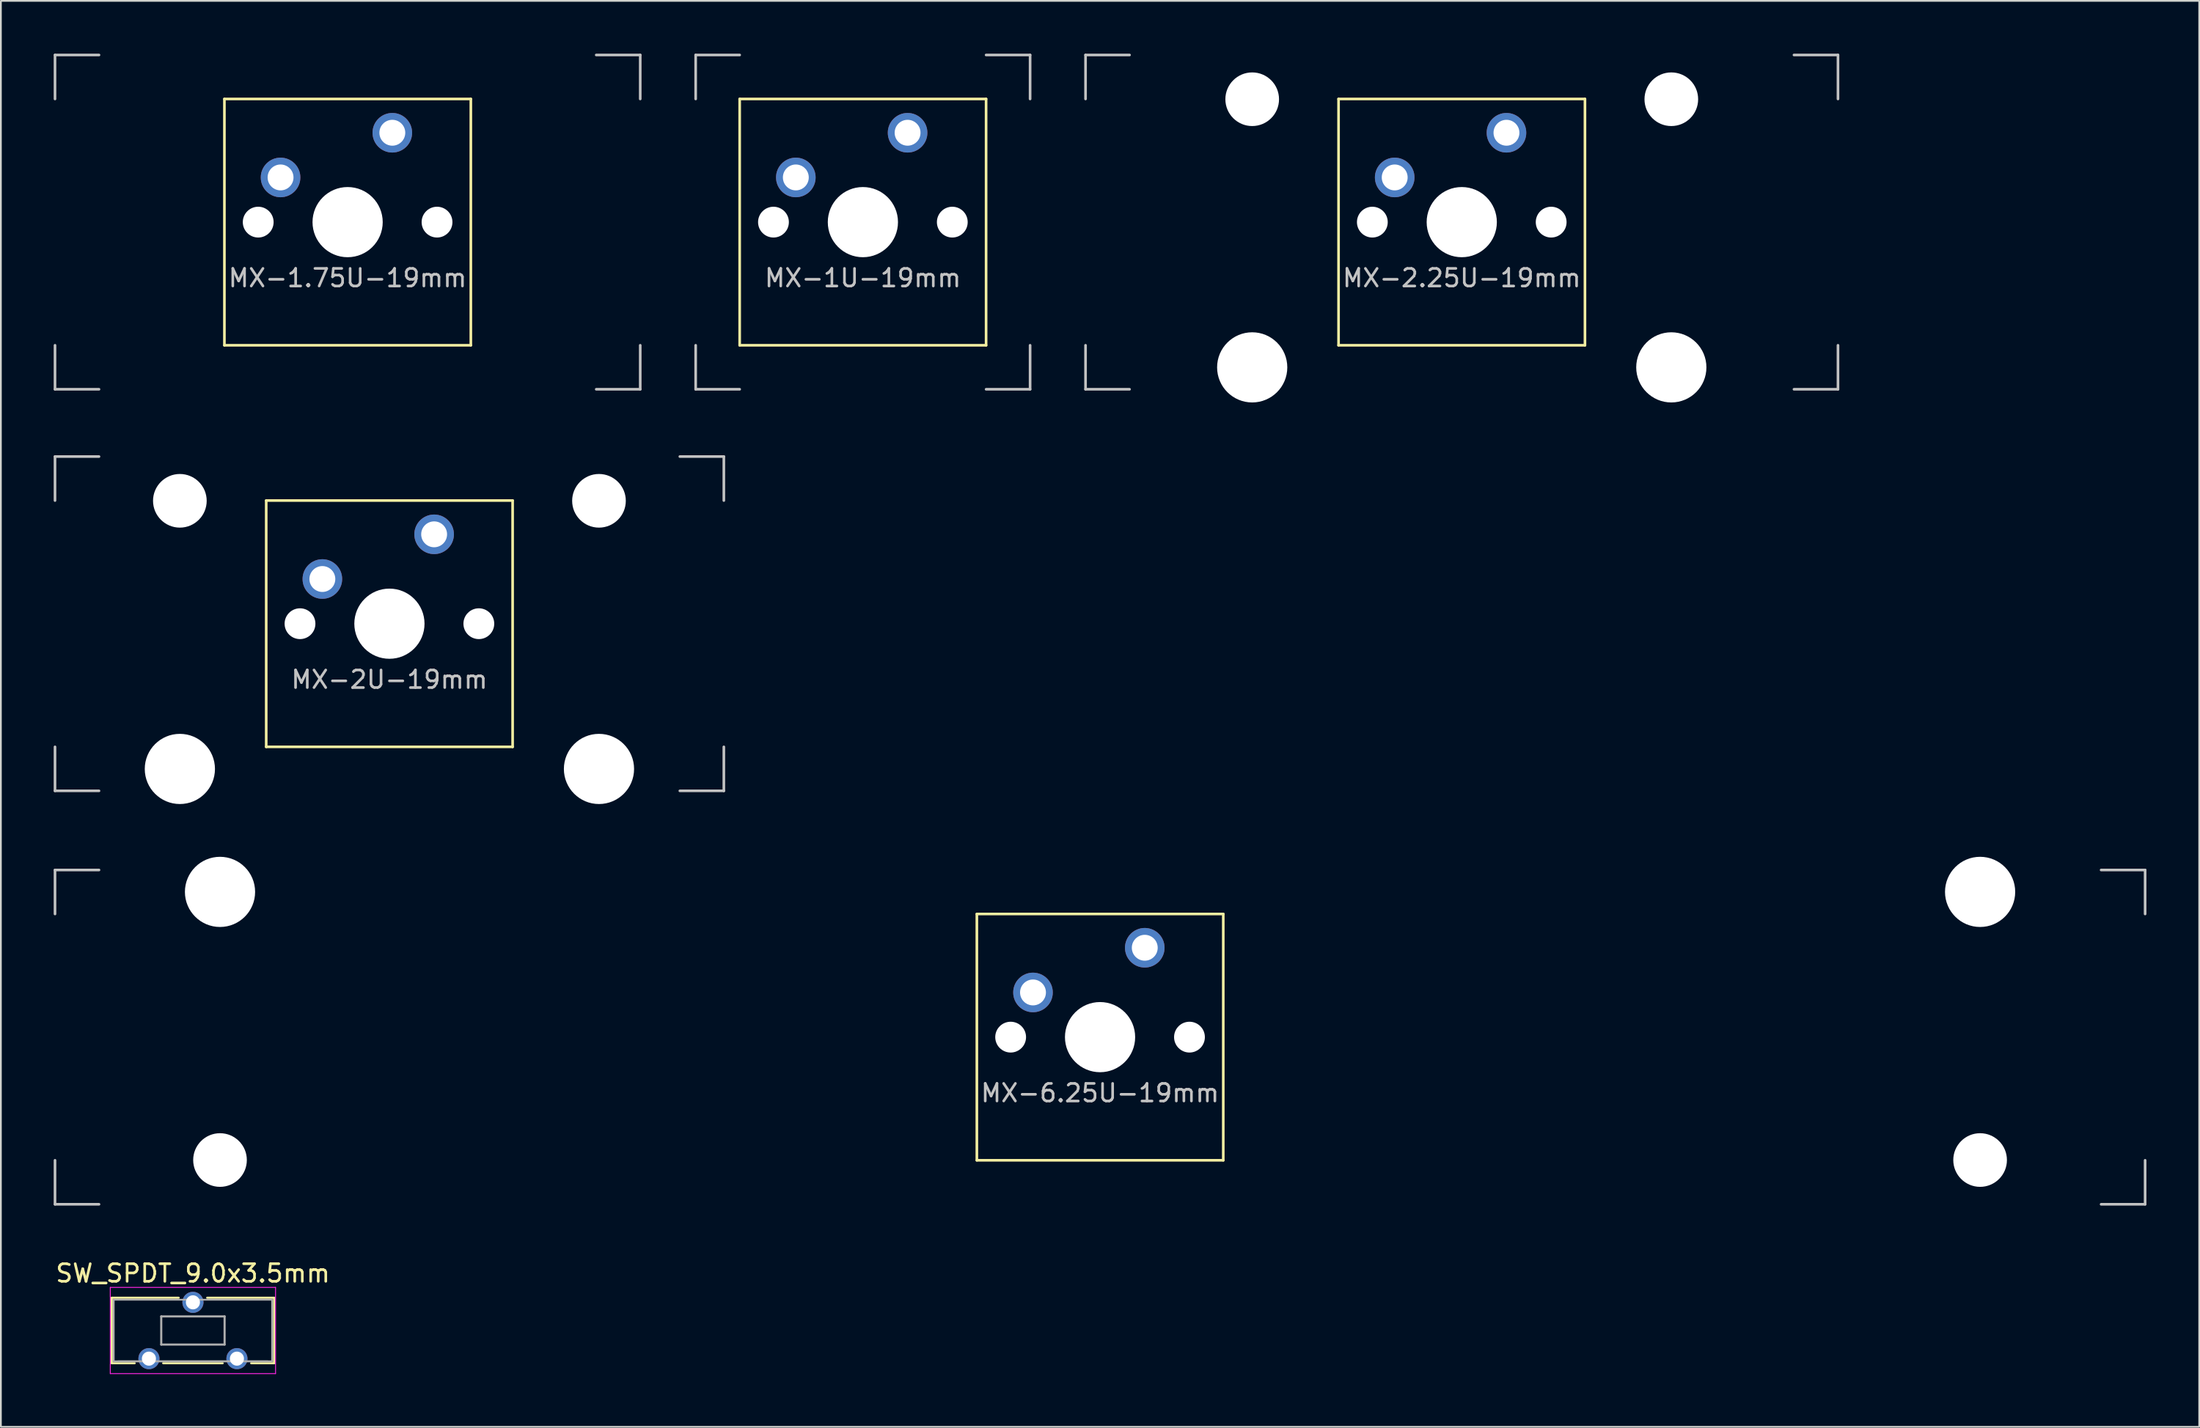
<source format=kicad_pcb>
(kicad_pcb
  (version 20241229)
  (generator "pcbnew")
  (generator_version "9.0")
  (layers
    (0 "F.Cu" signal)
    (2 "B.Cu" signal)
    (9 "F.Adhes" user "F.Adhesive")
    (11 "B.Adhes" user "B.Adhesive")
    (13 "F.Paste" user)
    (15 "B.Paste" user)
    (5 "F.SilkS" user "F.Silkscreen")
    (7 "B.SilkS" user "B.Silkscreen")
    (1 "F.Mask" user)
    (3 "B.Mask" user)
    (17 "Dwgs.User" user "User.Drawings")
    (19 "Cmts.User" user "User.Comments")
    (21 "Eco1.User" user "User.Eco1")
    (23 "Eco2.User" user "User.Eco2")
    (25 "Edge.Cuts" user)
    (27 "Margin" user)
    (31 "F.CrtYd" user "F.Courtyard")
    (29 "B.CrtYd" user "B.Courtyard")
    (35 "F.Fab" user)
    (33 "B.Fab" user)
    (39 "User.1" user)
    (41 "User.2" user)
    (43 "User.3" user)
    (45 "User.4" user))
  (footprint "MX-1.75U-19mm"
    (layer "F.Cu")
    (at 16.7 9.575)
    (property "Reference" "MX-1.75U-19mm" (at 0 3.175 0) (layer "Dwgs.User") (effects (font (size 1 1) (thickness 0.15))))
    (attr through_hole)
    (fp_line (start -7 -7) (end -7 7) (stroke (width 0.15) (type solid)) (layer "F.SilkS"))
    (fp_line (start -7 -7) (end 7 -7) (stroke (width 0.15) (type solid)) (layer "F.SilkS"))
    (fp_line (start -7 7) (end 7 7) (stroke (width 0.15) (type solid)) (layer "F.SilkS"))
    (fp_line (start 7 -7) (end 7 7) (stroke (width 0.15) (type solid)) (layer "F.SilkS"))
    (fp_line (start -16.625 -7) (end -16.625 -9.5) (stroke (width 0.15) (type solid)) (layer "Dwgs.User"))
    (fp_line (start -16.625 9.5) (end -16.625 7) (stroke (width 0.15) (type solid)) (layer "Dwgs.User"))
    (fp_line (start -14.125 -9.5) (end -16.625 -9.5) (stroke (width 0.15) (type solid)) (layer "Dwgs.User"))
    (fp_line (start -14.125 9.5) (end -16.625 9.5) (stroke (width 0.15) (type solid)) (layer "Dwgs.User"))
    (fp_line (start 16.625 -9.5) (end 14.125 -9.5) (stroke (width 0.15) (type solid)) (layer "Dwgs.User"))
    (fp_line (start 16.625 -9.5) (end 16.625 -7) (stroke (width 0.15) (type solid)) (layer "Dwgs.User"))
    (fp_line (start 16.625 9.5) (end 14.125 9.5) (stroke (width 0.15) (type solid)) (layer "Dwgs.User"))
    (fp_line (start 16.625 9.5) (end 16.625 7) (stroke (width 0.15) (type solid)) (layer "Dwgs.User"))
    (pad "" np_thru_hole circle (at -5.08 0 48.1) (size 1.75 1.75) (drill 1.75) (layers "*.Cu" "*.Mask"))
    (pad "" np_thru_hole circle (at 0 0) (size 3.988 3.988) (drill 3.988) (layers "*.Cu" "*.Mask"))
    (pad "" np_thru_hole circle (at 5.08 0 48.1) (size 1.75 1.75) (drill 1.75) (layers "*.Cu" "*.Mask"))
    (pad "1" thru_hole circle (at -3.81 -2.54) (size 2.25 2.25) (drill 1.47) (layers "*.Cu" "B.Mask"))
    (pad "2" thru_hole circle (at 2.54 -5.08) (size 2.25 2.25) (drill 1.47) (layers "*.Cu" "B.Mask")))
  (footprint "MX-1U-19mm"
    (layer "F.Cu")
    (at 45.975 9.575)
    (property "Reference" "MX-1U-19mm" (at 0 3.175 0) (layer "Dwgs.User") (effects (font (size 1 1) (thickness 0.15))))
    (attr through_hole)
    (fp_line (start -7 -7) (end -7 7) (stroke (width 0.15) (type solid)) (layer "F.SilkS"))
    (fp_line (start -7 -7) (end 7 -7) (stroke (width 0.15) (type solid)) (layer "F.SilkS"))
    (fp_line (start -7 7) (end 7 7) (stroke (width 0.15) (type solid)) (layer "F.SilkS"))
    (fp_line (start 7 -7) (end 7 7) (stroke (width 0.15) (type solid)) (layer "F.SilkS"))
    (fp_line (start -9.5 -7) (end -9.5 -9.5) (stroke (width 0.15) (type solid)) (layer "Dwgs.User"))
    (fp_line (start -9.5 9.5) (end -9.5 7) (stroke (width 0.15) (type solid)) (layer "Dwgs.User"))
    (fp_line (start -7 -9.5) (end -9.5 -9.5) (stroke (width 0.15) (type solid)) (layer "Dwgs.User"))
    (fp_line (start -7 9.5) (end -9.5 9.5) (stroke (width 0.15) (type solid)) (layer "Dwgs.User"))
    (fp_line (start 9.5 -9.5) (end 7 -9.5) (stroke (width 0.15) (type solid)) (layer "Dwgs.User"))
    (fp_line (start 9.5 -9.5) (end 9.5 -7) (stroke (width 0.15) (type solid)) (layer "Dwgs.User"))
    (fp_line (start 9.5 9.5) (end 7 9.5) (stroke (width 0.15) (type solid)) (layer "Dwgs.User"))
    (fp_line (start 9.5 9.5) (end 9.5 7) (stroke (width 0.15) (type solid)) (layer "Dwgs.User"))
    (pad "" np_thru_hole circle (at -5.08 0 48.1) (size 1.75 1.75) (drill 1.75) (layers "*.Cu" "*.Mask"))
    (pad "" np_thru_hole circle (at 0 0) (size 3.988 3.988) (drill 3.988) (layers "*.Cu" "*.Mask"))
    (pad "" np_thru_hole circle (at 5.08 0 48.1) (size 1.75 1.75) (drill 1.75) (layers "*.Cu" "*.Mask"))
    (pad "1" thru_hole circle (at -3.81 -2.54) (size 2.25 2.25) (drill 1.47) (layers "*.Cu" "B.Mask"))
    (pad "2" thru_hole circle (at 2.54 -5.08) (size 2.25 2.25) (drill 1.47) (layers "*.Cu" "B.Mask")))
  (footprint "MX-2U-19mm"
    (layer "F.Cu")
    (at 19.075 32.399)
    (property "Reference" "MX-2U-19mm" (at 0 3.175 0) (layer "Dwgs.User") (effects (font (size 1 1) (thickness 0.15))))
    (attr through_hole)
    (fp_line (start -7 -7) (end -7 7) (stroke (width 0.15) (type solid)) (layer "F.SilkS"))
    (fp_line (start -7 -7) (end 7 -7) (stroke (width 0.15) (type solid)) (layer "F.SilkS"))
    (fp_line (start -7 7) (end 7 7) (stroke (width 0.15) (type solid)) (layer "F.SilkS"))
    (fp_line (start 7 -7) (end 7 7) (stroke (width 0.15) (type solid)) (layer "F.SilkS"))
    (fp_line (start -19 -7) (end -19 -9.5) (stroke (width 0.15) (type solid)) (layer "Dwgs.User"))
    (fp_line (start -19 9.5) (end -19 7) (stroke (width 0.15) (type solid)) (layer "Dwgs.User"))
    (fp_line (start -16.5 -9.5) (end -19 -9.5) (stroke (width 0.15) (type solid)) (layer "Dwgs.User"))
    (fp_line (start -16.5 9.5) (end -19 9.5) (stroke (width 0.15) (type solid)) (layer "Dwgs.User"))
    (fp_line (start 19 -9.5) (end 16.5 -9.5) (stroke (width 0.15) (type solid)) (layer "Dwgs.User"))
    (fp_line (start 19 -9.5) (end 19 -7) (stroke (width 0.15) (type solid)) (layer "Dwgs.User"))
    (fp_line (start 19 9.5) (end 16.5 9.5) (stroke (width 0.15) (type solid)) (layer "Dwgs.User"))
    (fp_line (start 19 9.5) (end 19 7) (stroke (width 0.15) (type solid)) (layer "Dwgs.User"))
    (pad "" np_thru_hole circle (at -11.906 -6.985) (size 3.048 3.048) (drill 3.048) (layers "*.Cu" "*.Mask"))
    (pad "" np_thru_hole circle (at -11.906 8.255) (size 3.988 3.988) (drill 3.988) (layers "*.Cu" "*.Mask"))
    (pad "" np_thru_hole circle (at -5.08 0 48.1) (size 1.75 1.75) (drill 1.75) (layers "*.Cu" "*.Mask"))
    (pad "" np_thru_hole circle (at 0 0) (size 3.988 3.988) (drill 3.988) (layers "*.Cu" "*.Mask"))
    (pad "" np_thru_hole circle (at 5.08 0 48.1) (size 1.75 1.75) (drill 1.75) (layers "*.Cu" "*.Mask"))
    (pad "" np_thru_hole circle (at 11.906 -6.985) (size 3.048 3.048) (drill 3.048) (layers "*.Cu" "*.Mask"))
    (pad "" np_thru_hole circle (at 11.906 8.255) (size 3.988 3.988) (drill 3.988) (layers "*.Cu" "*.Mask"))
    (pad "1" thru_hole circle (at -3.81 -2.54) (size 2.25 2.25) (drill 1.47) (layers "*.Cu" "B.Mask"))
    (pad "2" thru_hole circle (at 2.54 -5.08) (size 2.25 2.25) (drill 1.47) (layers "*.Cu" "B.Mask")))
  (footprint "MX-6.25U-19mm"
    (layer "F.Cu")
    (at 59.45 55.897)
    (property "Reference" "MX-6.25U-19mm" (at 0 3.175 0) (layer "Dwgs.User") (effects (font (size 1 1) (thickness 0.15))))
    (attr through_hole)
    (fp_line (start -7 -7) (end -7 7) (stroke (width 0.15) (type solid)) (layer "F.SilkS"))
    (fp_line (start -7 -7) (end 7 -7) (stroke (width 0.15) (type solid)) (layer "F.SilkS"))
    (fp_line (start -7 7) (end 7 7) (stroke (width 0.15) (type solid)) (layer "F.SilkS"))
    (fp_line (start 7 -7) (end 7 7) (stroke (width 0.15) (type solid)) (layer "F.SilkS"))
    (fp_line (start -59.375 -7) (end -59.375 -9.5) (stroke (width 0.15) (type solid)) (layer "Dwgs.User"))
    (fp_line (start -59.375 9.5) (end -59.375 7) (stroke (width 0.15) (type solid)) (layer "Dwgs.User"))
    (fp_line (start -56.875 -9.5) (end -59.375 -9.5) (stroke (width 0.15) (type solid)) (layer "Dwgs.User"))
    (fp_line (start -56.875 9.5) (end -59.375 9.5) (stroke (width 0.15) (type solid)) (layer "Dwgs.User"))
    (fp_line (start 59.375 -9.5) (end 56.875 -9.5) (stroke (width 0.15) (type solid)) (layer "Dwgs.User"))
    (fp_line (start 59.375 -9.5) (end 59.375 -7) (stroke (width 0.15) (type solid)) (layer "Dwgs.User"))
    (fp_line (start 59.375 9.5) (end 56.875 9.5) (stroke (width 0.15) (type solid)) (layer "Dwgs.User"))
    (fp_line (start 59.375 9.5) (end 59.375 7) (stroke (width 0.15) (type solid)) (layer "Dwgs.User"))
    (pad "" np_thru_hole circle (at -50 -8.255) (size 3.988 3.988) (drill 3.988) (layers "*.Cu" "*.Mask"))
    (pad "" np_thru_hole circle (at -50 6.985) (size 3.048 3.048) (drill 3.048) (layers "*.Cu" "*.Mask"))
    (pad "" np_thru_hole circle (at -5.08 0 48.1) (size 1.75 1.75) (drill 1.75) (layers "*.Cu" "*.Mask"))
    (pad "" np_thru_hole circle (at 0 0) (size 3.988 3.988) (drill 3.988) (layers "*.Cu" "*.Mask"))
    (pad "" np_thru_hole circle (at 5.08 0 48.1) (size 1.75 1.75) (drill 1.75) (layers "*.Cu" "*.Mask"))
    (pad "" np_thru_hole circle (at 50 -8.255) (size 3.988 3.988) (drill 3.988) (layers "*.Cu" "*.Mask"))
    (pad "" np_thru_hole circle (at 50 6.985) (size 3.048 3.048) (drill 3.048) (layers "*.Cu" "*.Mask"))
    (pad "1" thru_hole circle (at -3.81 -2.54) (size 2.25 2.25) (drill 1.47) (layers "*.Cu" "B.Mask"))
    (pad "2" thru_hole circle (at 2.54 -5.08) (size 2.25 2.25) (drill 1.47) (layers "*.Cu" "B.Mask")))
  (footprint "MX-2.25U-19mm"
    (layer "F.Cu")
    (at 80 9.575)
    (property "Reference" "MX-2.25U-19mm" (at 0 3.175 0) (layer "Dwgs.User") (effects (font (size 1 1) (thickness 0.15))))
    (attr through_hole)
    (fp_line (start -7 -7) (end -7 7) (stroke (width 0.15) (type solid)) (layer "F.SilkS"))
    (fp_line (start -7 -7) (end 7 -7) (stroke (width 0.15) (type solid)) (layer "F.SilkS"))
    (fp_line (start -7 7) (end 7 7) (stroke (width 0.15) (type solid)) (layer "F.SilkS"))
    (fp_line (start 7 -7) (end 7 7) (stroke (width 0.15) (type solid)) (layer "F.SilkS"))
    (fp_line (start -21.375 -7) (end -21.375 -9.5) (stroke (width 0.15) (type solid)) (layer "Dwgs.User"))
    (fp_line (start -21.375 9.5) (end -21.375 7) (stroke (width 0.15) (type solid)) (layer "Dwgs.User"))
    (fp_line (start -18.875 -9.5) (end -21.375 -9.5) (stroke (width 0.15) (type solid)) (layer "Dwgs.User"))
    (fp_line (start -18.875 9.5) (end -21.375 9.5) (stroke (width 0.15) (type solid)) (layer "Dwgs.User"))
    (fp_line (start 21.375 -9.5) (end 18.875 -9.5) (stroke (width 0.15) (type solid)) (layer "Dwgs.User"))
    (fp_line (start 21.375 -9.5) (end 21.375 -7) (stroke (width 0.15) (type solid)) (layer "Dwgs.User"))
    (fp_line (start 21.375 9.5) (end 18.875 9.5) (stroke (width 0.15) (type solid)) (layer "Dwgs.User"))
    (fp_line (start 21.375 9.5) (end 21.375 7) (stroke (width 0.15) (type solid)) (layer "Dwgs.User"))
    (pad "" np_thru_hole circle (at -11.906 -6.985) (size 3.048 3.048) (drill 3.048) (layers "*.Cu" "*.Mask"))
    (pad "" np_thru_hole circle (at -11.906 8.255) (size 3.988 3.988) (drill 3.988) (layers "*.Cu" "*.Mask"))
    (pad "" np_thru_hole circle (at -5.08 0 48.1) (size 1.75 1.75) (drill 1.75) (layers "*.Cu" "*.Mask"))
    (pad "" np_thru_hole circle (at 0 0) (size 3.988 3.988) (drill 3.988) (layers "*.Cu" "*.Mask"))
    (pad "" np_thru_hole circle (at 5.08 0 48.1) (size 1.75 1.75) (drill 1.75) (layers "*.Cu" "*.Mask"))
    (pad "" np_thru_hole circle (at 11.906 -6.985) (size 3.048 3.048) (drill 3.048) (layers "*.Cu" "*.Mask"))
    (pad "" np_thru_hole circle (at 11.906 8.255) (size 3.988 3.988) (drill 3.988) (layers "*.Cu" "*.Mask"))
    (pad "1" thru_hole circle (at -3.81 -2.54) (size 2.25 2.25) (drill 1.47) (layers "*.Cu" "B.Mask"))
    (pad "2" thru_hole circle (at 2.54 -5.08) (size 2.25 2.25) (drill 1.47) (layers "*.Cu" "B.Mask")))
  (footprint "SW_SPDT_9.0x3.5mm"
    (layer "F.Cu")
    (at 7.911 72.57)
    (property "Reference" "SW_SPDT_9.0x3.5mm" (at 0 -3.25 0) (layer "F.SilkS") (effects (font (size 1 1) (thickness 0.15))))
    (attr through_hole)
    (fp_line (start -4.61 -1.86) (end -4.61 1.86) (stroke (width 0.12) (type solid)) (layer "F.SilkS"))
    (fp_line (start -4.61 -1.86) (end -0.81 -1.86) (stroke (width 0.12) (type solid)) (layer "F.SilkS"))
    (fp_line (start -4.61 1.86) (end -3.31 1.86) (stroke (width 0.12) (type solid)) (layer "F.SilkS"))
    (fp_line (start -1.69 1.86) (end 1.69 1.86) (stroke (width 0.12) (type solid)) (layer "F.SilkS"))
    (fp_line (start 0.81 -1.86) (end 4.61 -1.86) (stroke (width 0.12) (type solid)) (layer "F.SilkS"))
    (fp_line (start 3.31 1.86) (end 4.61 1.86) (stroke (width 0.12) (type solid)) (layer "F.SilkS"))
    (fp_line (start 4.61 -1.86) (end 4.61 1.86) (stroke (width 0.12) (type solid)) (layer "F.SilkS"))
    (fp_line (start -4.695 -2.45) (end -4.695 2.45) (stroke (width 0.05) (type solid)) (layer "F.CrtYd"))
    (fp_line (start -4.695 -2.45) (end 4.695 -2.45) (stroke (width 0.05) (type solid)) (layer "F.CrtYd"))
    (fp_line (start -4.695 2.45) (end 4.695 2.45) (stroke (width 0.05) (type solid)) (layer "F.CrtYd"))
    (fp_line (start 4.695 -2.45) (end 4.695 2.45) (stroke (width 0.05) (type solid)) (layer "F.CrtYd"))
    (fp_line (start -4.5 -1.75) (end -4.5 1.75) (stroke (width 0.1) (type solid)) (layer "F.Fab"))
    (fp_line (start -4.5 -1.75) (end 4.5 -1.75) (stroke (width 0.1) (type solid)) (layer "F.Fab"))
    (fp_line (start -1.8 -0.8) (end 1.8 -0.8) (stroke (width 0.12) (type solid)) (layer "F.Fab"))
    (fp_line (start -1.8 0.8) (end -1.8 -0.8) (stroke (width 0.12) (type solid)) (layer "F.Fab"))
    (fp_line (start -1.8 0.8) (end 1.8 0.8) (stroke (width 0.12) (type solid)) (layer "F.Fab"))
    (fp_line (start 1.8 -0.8) (end 1.8 0.8) (stroke (width 0.12) (type solid)) (layer "F.Fab"))
    (fp_line (start 4.25 1.75) (end -4.25 1.75) (stroke (width 0.1) (type solid)) (layer "F.Fab"))
    (fp_line (start 4.5 -1.75) (end 4.5 1.75) (stroke (width 0.1) (type solid)) (layer "F.Fab"))
    (fp_line (start 4.5 1.75) (end -4.5 1.75) (stroke (width 0.1) (type solid)) (layer "F.Fab"))
    (pad "1" thru_hole circle (at -2.5 1.6) (size 1.2 1.2) (drill 0.8) (layers "*.Cu" "*.Mask"))
    (pad "2" thru_hole circle (at 0 -1.6) (size 1.2 1.2) (drill 0.8) (layers "*.Cu" "*.Mask"))
    (pad "3" thru_hole circle (at 2.5 1.6) (size 1.2 1.2) (drill 0.8) (layers "*.Cu" "*.Mask")))
  (gr_rect
    (start -3 -3)
    (end 121.9 78.045)
    (stroke (width 0.1) (type default))
    (fill no)
    (layer "Edge.Cuts")))
</source>
